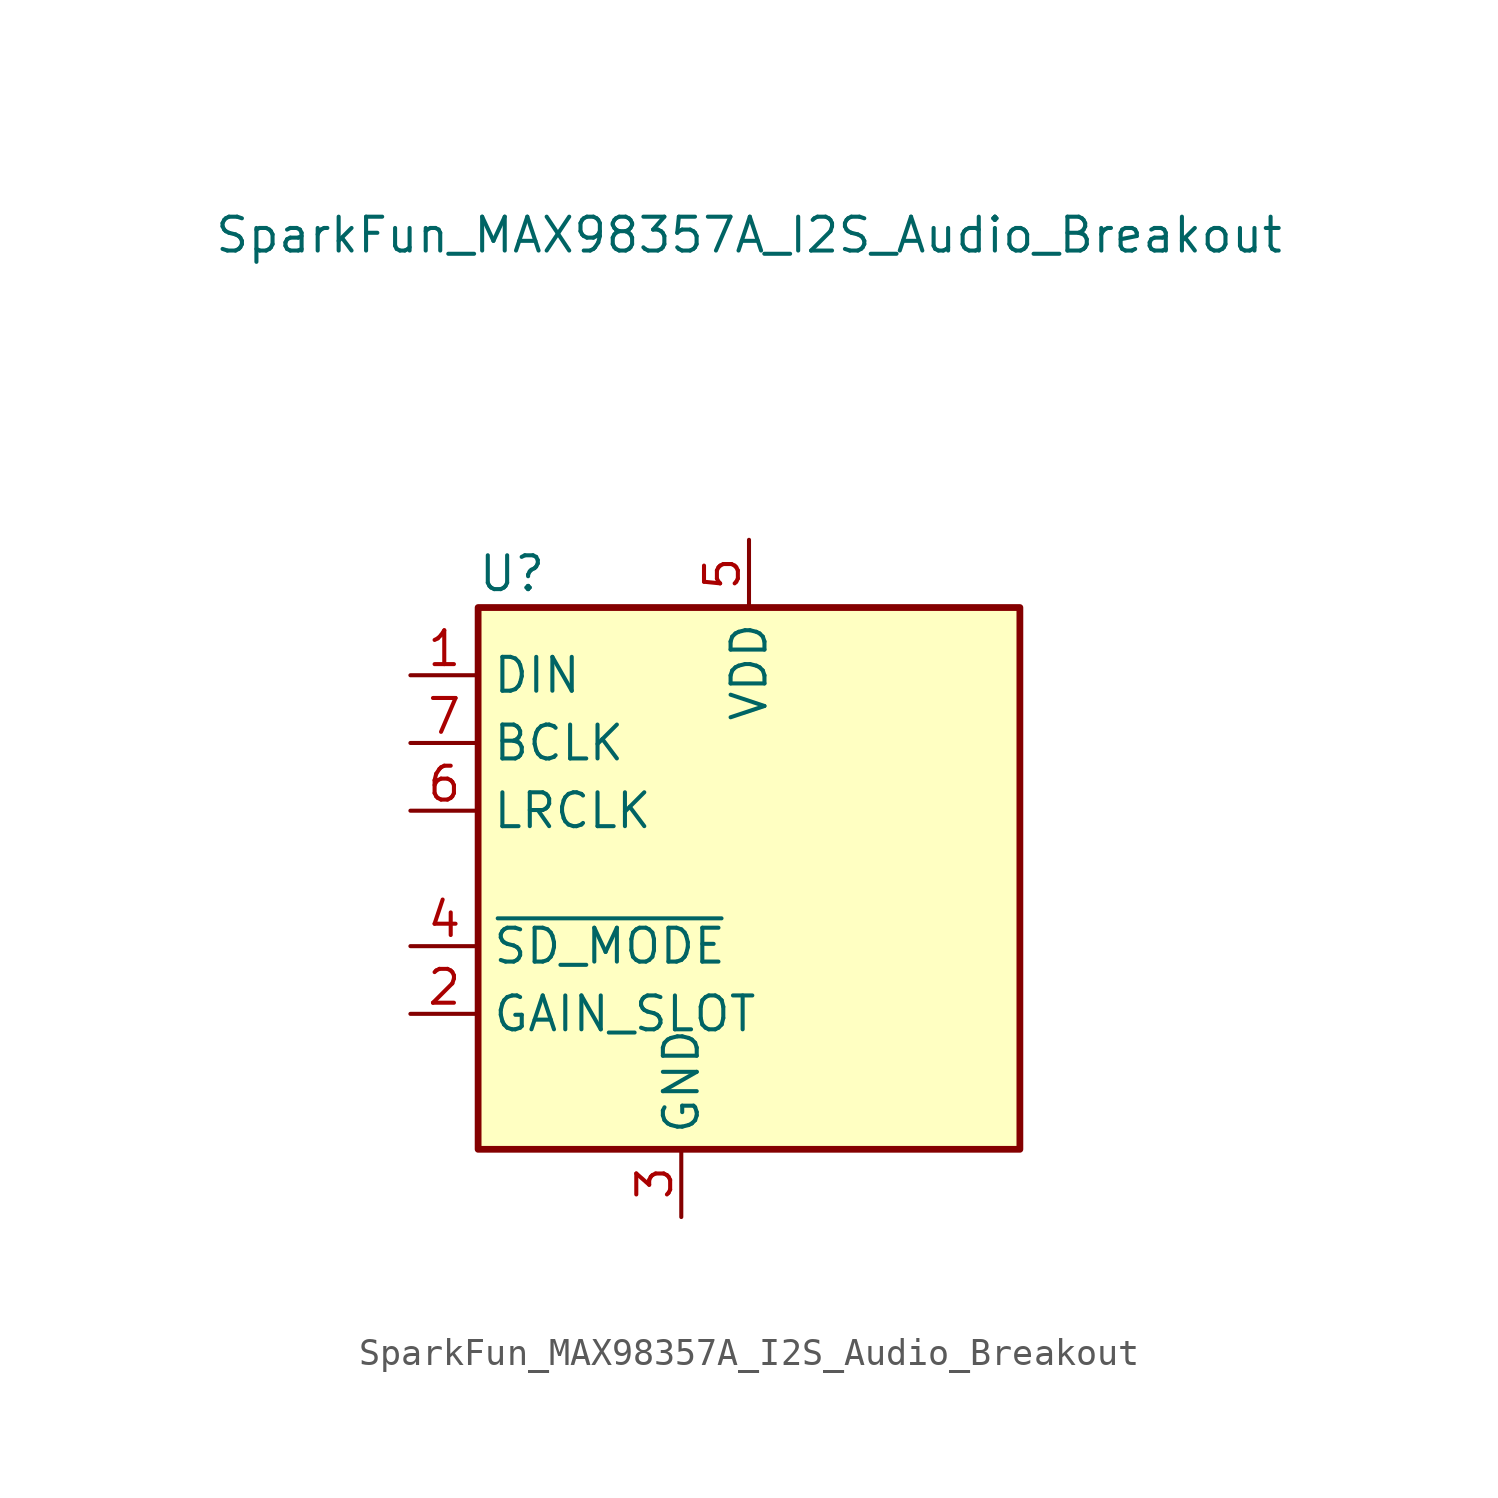
<source format=kicad_sym>
(kicad_symbol_lib
  (version 20231120)
  (generator "kicad_symbol_editor")
  (generator_version "8.0")
  (symbol "SparkFun_MAX98357A_I2S_Audio_Breakout"
    (property "Reference" "U"
      (at -8.89 11.43 0)
      (effects (font (size 1.27 1.27))))
    (property "Value" "SparkFun_MAX98357A_I2S_Audio_Breakout"
      (at 0 24.13 0)
      (effects (font (size 1.27 1.27))))
    (symbol "SparkFun_MAX98357A_I2S_Audio_Breakout_1_1"
      (rectangle (start -10.16 10.16) (end 10.16 -10.16) (stroke (width 0.254) (type default)) (fill (type background)))
      (pin input line (at -12.7 7.62 0) (length 2.54) (name "DIN" (effects (font (size 1.27 1.27)))) (number "1" (effects (font (size 1.27 1.27)))))
      (pin passive line (at -12.7 -5.08 0) (length 2.54) (name "GAIN_SLOT" (effects (font (size 1.27 1.27)))) (number "2" (effects (font (size 1.27 1.27)))))
      (pin power_in line (at -2.54 -12.7 90) (length 2.54) (name "GND" (effects (font (size 1.27 1.27)))) (number "3" (effects (font (size 1.27 1.27)))))
      (pin input line (at -12.7 -2.54 0) (length 2.54) (name "~{SD_MODE}" (effects (font (size 1.27 1.27)))) (number "4" (effects (font (size 1.27 1.27)))))
      (pin power_in line (at 0 12.7 270) (length 2.54) (name "VDD" (effects (font (size 1.27 1.27)))) (number "5" (effects (font (size 1.27 1.27)))))
      (pin input line (at -12.7 2.54 0) (length 2.54) (name "LRCLK" (effects (font (size 1.27 1.27)))) (number "6" (effects (font (size 1.27 1.27)))))
      (pin input line (at -12.7 5.08 0) (length 2.54) (name "BCLK" (effects (font (size 1.27 1.27)))) (number "7" (effects (font (size 1.27 1.27))))))))
</source>
